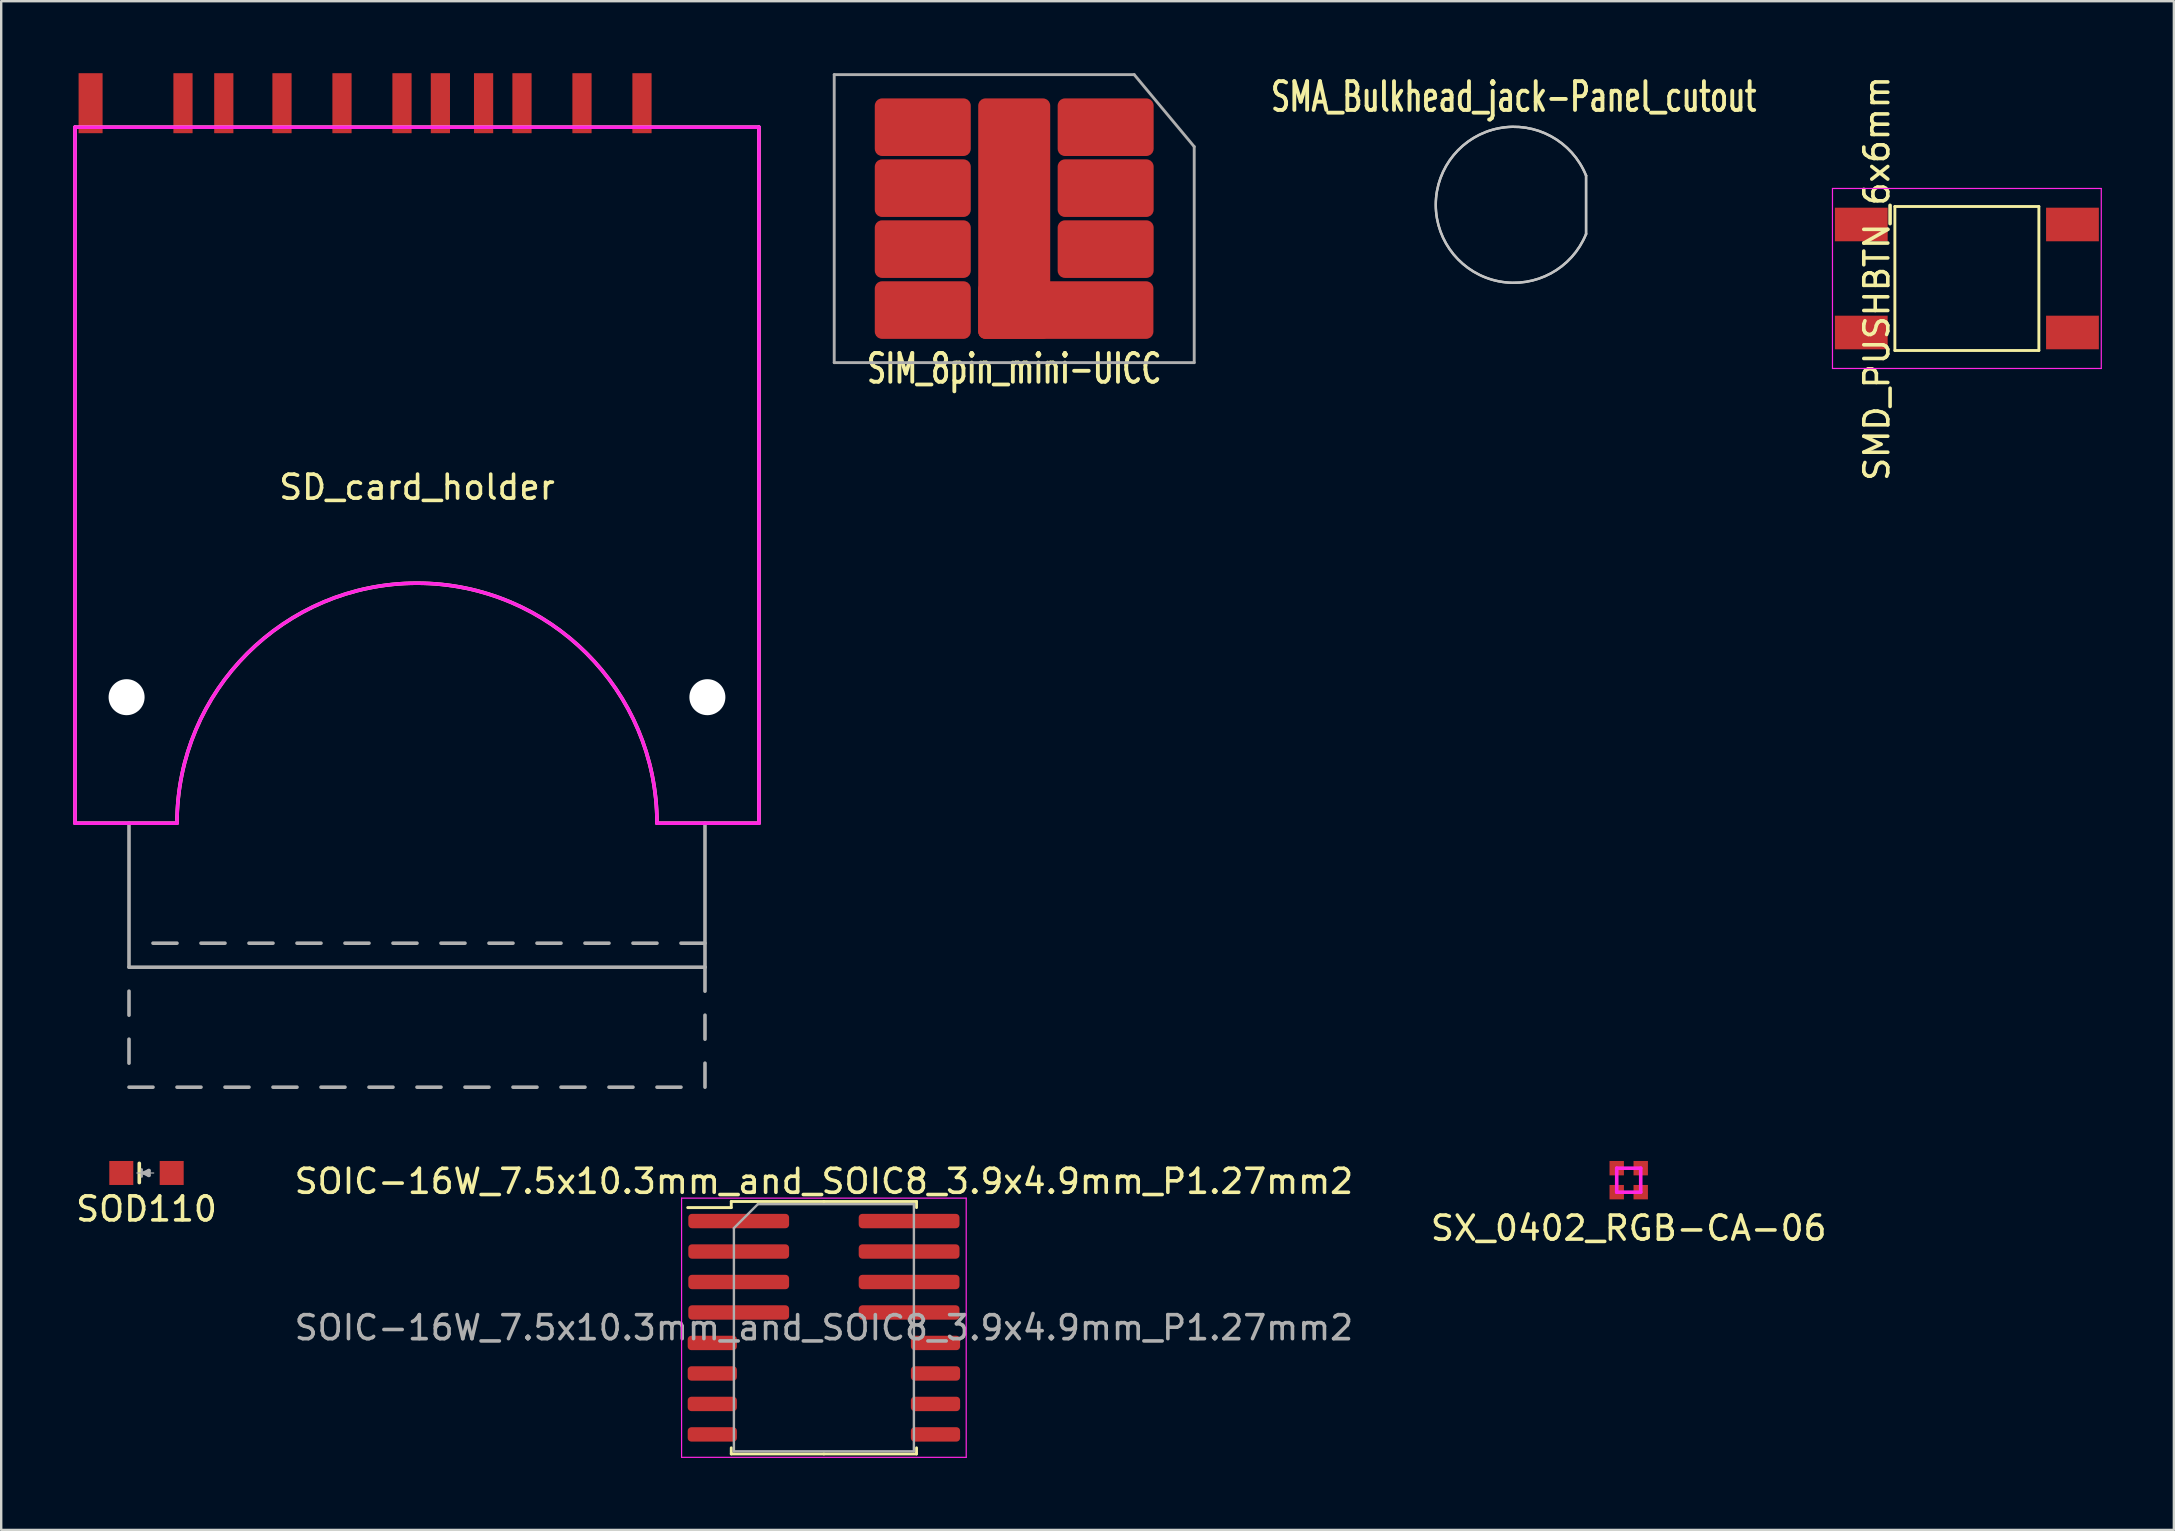
<source format=kicad_pcb>
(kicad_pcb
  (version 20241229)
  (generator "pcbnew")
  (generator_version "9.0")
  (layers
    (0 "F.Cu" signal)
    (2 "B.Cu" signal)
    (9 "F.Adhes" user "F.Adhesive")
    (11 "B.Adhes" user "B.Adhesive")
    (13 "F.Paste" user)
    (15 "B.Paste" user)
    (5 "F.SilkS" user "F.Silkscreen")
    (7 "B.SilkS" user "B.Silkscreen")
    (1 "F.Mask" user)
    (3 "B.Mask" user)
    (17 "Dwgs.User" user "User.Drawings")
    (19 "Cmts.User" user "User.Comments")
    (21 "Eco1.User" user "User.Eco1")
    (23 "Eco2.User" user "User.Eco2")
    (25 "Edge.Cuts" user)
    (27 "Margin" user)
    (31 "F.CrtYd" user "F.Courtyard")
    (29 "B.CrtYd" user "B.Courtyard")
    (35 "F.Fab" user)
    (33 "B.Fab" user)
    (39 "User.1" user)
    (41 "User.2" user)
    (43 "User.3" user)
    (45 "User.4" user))
  (footprint "SOIC-16W_7.5x10.3mm_and_SOIC8_3.9x4.9mm_P1.27mm2"
    (layer "F.Cu")
    (at 31.28 52.273)
    (property "Reference" "SOIC-16W_7.5x10.3mm_and_SOIC8_3.9x4.9mm_P1.27mm2" (at 0 -6.1 0) (layer "F.SilkS") (effects (font (size 1 1) (thickness 0.15))))
    (attr smd)
    (fp_line (start -3.86 -5.26) (end -3.86 -5.005) (stroke (width 0.12) (type solid)) (layer "F.SilkS"))
    (fp_line (start -3.86 -5.005) (end -5.675 -5.005) (stroke (width 0.12) (type solid)) (layer "F.SilkS"))
    (fp_line (start -3.86 5.26) (end -3.86 5.005) (stroke (width 0.12) (type solid)) (layer "F.SilkS"))
    (fp_line (start 0 -5.26) (end -3.86 -5.26) (stroke (width 0.12) (type solid)) (layer "F.SilkS"))
    (fp_line (start 0 -5.26) (end 3.86 -5.26) (stroke (width 0.12) (type solid)) (layer "F.SilkS"))
    (fp_line (start 0 5.26) (end -3.86 5.26) (stroke (width 0.12) (type solid)) (layer "F.SilkS"))
    (fp_line (start 0 5.26) (end 3.86 5.26) (stroke (width 0.12) (type solid)) (layer "F.SilkS"))
    (fp_line (start 3.86 -5.26) (end 3.86 -5.005) (stroke (width 0.12) (type solid)) (layer "F.SilkS"))
    (fp_line (start 3.86 5.26) (end 3.86 5.005) (stroke (width 0.12) (type solid)) (layer "F.SilkS"))
    (fp_line (start -5.93 -5.4) (end -5.93 5.4) (stroke (width 0.05) (type solid)) (layer "F.CrtYd"))
    (fp_line (start -5.93 5.4) (end 5.93 5.4) (stroke (width 0.05) (type solid)) (layer "F.CrtYd"))
    (fp_line (start 5.93 -5.4) (end -5.93 -5.4) (stroke (width 0.05) (type solid)) (layer "F.CrtYd"))
    (fp_line (start 5.93 5.4) (end 5.93 -5.4) (stroke (width 0.05) (type solid)) (layer "F.CrtYd"))
    (fp_line (start -3.75 -4.15) (end -2.75 -5.15) (stroke (width 0.1) (type solid)) (layer "F.Fab"))
    (fp_line (start -3.75 5.15) (end -3.75 -4.15) (stroke (width 0.1) (type solid)) (layer "F.Fab"))
    (fp_line (start -2.75 -5.15) (end 3.75 -5.15) (stroke (width 0.1) (type solid)) (layer "F.Fab"))
    (fp_line (start 3.75 -5.15) (end 3.75 5.15) (stroke (width 0.1) (type solid)) (layer "F.Fab"))
    (fp_line (start 3.75 5.15) (end -3.75 5.15) (stroke (width 0.1) (type solid)) (layer "F.Fab"))
    (fp_text user "${REFERENCE}" (at 0 0 0) (layer "F.Fab") (effects (font (size 1 1) (thickness 0.15))))
    (pad "1" smd roundrect (at -3.55 -4.445) (size 4.2 0.6) (layers "F.Cu" "F.Mask" "F.Paste") (roundrect_rratio 0.25))
    (pad "2" smd roundrect (at -3.55 -3.175) (size 4.2 0.6) (layers "F.Cu" "F.Mask" "F.Paste") (roundrect_rratio 0.25))
    (pad "3" smd roundrect (at -3.55 -1.905) (size 4.2 0.6) (layers "F.Cu" "F.Mask" "F.Paste") (roundrect_rratio 0.25))
    (pad "4" smd roundrect (at -3.55 -0.635) (size 4.2 0.6) (layers "F.Cu" "F.Mask" "F.Paste") (roundrect_rratio 0.25))
    (pad "5" smd roundrect (at -4.65 0.635) (size 2.05 0.6) (layers "F.Cu" "F.Mask" "F.Paste") (roundrect_rratio 0.25))
    (pad "6" smd roundrect (at -4.65 1.905) (size 2.05 0.6) (layers "F.Cu" "F.Mask" "F.Paste") (roundrect_rratio 0.25))
    (pad "7" smd roundrect (at -4.65 3.175) (size 2.05 0.6) (layers "F.Cu" "F.Mask" "F.Paste") (roundrect_rratio 0.25))
    (pad "8" smd roundrect (at -4.65 4.445) (size 2.05 0.6) (layers "F.Cu" "F.Mask" "F.Paste") (roundrect_rratio 0.25))
    (pad "9" smd roundrect (at 4.65 4.445) (size 2.05 0.6) (layers "F.Cu" "F.Mask" "F.Paste") (roundrect_rratio 0.25))
    (pad "10" smd roundrect (at 4.65 3.175) (size 2.05 0.6) (layers "F.Cu" "F.Mask" "F.Paste") (roundrect_rratio 0.25))
    (pad "11" smd roundrect (at 4.65 1.905) (size 2.05 0.6) (layers "F.Cu" "F.Mask" "F.Paste") (roundrect_rratio 0.25))
    (pad "12" smd roundrect (at 4.65 0.635) (size 2.05 0.6) (layers "F.Cu" "F.Mask" "F.Paste") (roundrect_rratio 0.25))
    (pad "13" smd roundrect (at 3.55 -0.635) (size 4.2 0.6) (layers "F.Cu" "F.Mask" "F.Paste") (roundrect_rratio 0.25))
    (pad "14" smd roundrect (at 3.55 -1.905) (size 4.2 0.6) (layers "F.Cu" "F.Mask" "F.Paste") (roundrect_rratio 0.25))
    (pad "15" smd roundrect (at 3.55 -3.175) (size 4.2 0.6) (layers "F.Cu" "F.Mask" "F.Paste") (roundrect_rratio 0.25))
    (pad "16" smd roundrect (at 3.55 -4.445) (size 4.2 0.6) (layers "F.Cu" "F.Mask" "F.Paste") (roundrect_rratio 0.25)))
  (footprint "SMD_PUSHBTN_6x6mm"
    (layer "F.Cu")
    (at 78.905 8.554)
    (property "Reference" "SMD_PUSHBTN_6x6mm" (at -3.75 0 90) (layer "F.SilkS") (effects (font (size 1 1) (thickness 0.15))))
    (attr smd)
    (fp_line (start -3 -3) (end 3 -3) (stroke (width 0.12) (type solid)) (layer "F.SilkS"))
    (fp_line (start -3 3) (end -3 -3) (stroke (width 0.12) (type solid)) (layer "F.SilkS"))
    (fp_line (start 3 -3) (end 3 3) (stroke (width 0.12) (type solid)) (layer "F.SilkS"))
    (fp_line (start 3 3) (end -3 3) (stroke (width 0.12) (type solid)) (layer "F.SilkS"))
    (fp_line (start -5.6 -3.75) (end 5.6 -3.75) (stroke (width 0.05) (type solid)) (layer "F.CrtYd"))
    (fp_line (start -5.6 3.75) (end -5.6 -3.75) (stroke (width 0.05) (type solid)) (layer "F.CrtYd"))
    (fp_line (start 5.6 -3.75) (end 5.6 3.75) (stroke (width 0.05) (type solid)) (layer "F.CrtYd"))
    (fp_line (start 5.6 3.75) (end -5.6 3.75) (stroke (width 0.05) (type solid)) (layer "F.CrtYd"))
    (pad "1" smd rect (at -4.4 2.25) (size 2.2 1.4) (layers "F.Cu" "F.Mask" "F.Paste"))
    (pad "2" smd rect (at 4.4 2.25) (size 2.2 1.4) (layers "F.Cu" "F.Mask" "F.Paste"))
    (pad "3" smd rect (at -4.4 -2.25) (size 2.2 1.4) (layers "F.Cu" "F.Mask" "F.Paste"))
    (pad "4" smd rect (at 4.4 -2.25) (size 2.2 1.4) (layers "F.Cu" "F.Mask" "F.Paste")))
  (footprint "SOD110"
    (layer "F.Cu")
    (at 3.054 45.825)
    (property "Reference" "SOD110" (at 0 1.5 0) (layer "F.SilkS") (effects (font (size 1 1) (thickness 0.15))))
    (attr through_hole)
    (fp_line (start -0.3 -0.4) (end -0.3 0.4) (stroke (width 0.15) (type solid)) (layer "F.SilkS"))
    (fp_line (start -0.2 -0.15) (end -0.2 0.15) (stroke (width 0.1) (type solid)) (layer "F.Fab"))
    (fp_line (start -0.1 0) (end 0.1 -0.1) (stroke (width 0.15) (type solid)) (layer "F.Fab"))
    (fp_line (start 0.1 -0.1) (end 0.1 0.1) (stroke (width 0.15) (type solid)) (layer "F.Fab"))
    (fp_line (start 0.1 0.1) (end -0.1 0) (stroke (width 0.15) (type solid)) (layer "F.Fab"))
    (fp_line (start 0.3 0) (end -0.4 0) (stroke (width 0.05) (type solid)) (layer "F.Fab"))
    (pad "1" smd rect (at -1.05 0) (size 1 1) (layers "F.Cu" "F.Mask" "F.Paste"))
    (pad "2" smd rect (at 1.05 0) (size 1 1) (layers "F.Cu" "F.Mask" "F.Paste")))
  (footprint "SIM_8pin_mini-UICC"
    (layer "F.Cu")
    (at 39.21 6.06)
    (property "Reference" "SIM_8pin_mini-UICC" (at 0 6.25 0) (layer "F.SilkS") (effects (font (size 1.2 0.8) (thickness 0.16))))
    (attr smd)
    (fp_line (start -7.5 -6) (end 5 -6) (stroke (width 0.12) (type solid)) (layer "F.Fab"))
    (fp_line (start -7.5 6) (end -7.5 -6) (stroke (width 0.12) (type solid)) (layer "F.Fab"))
    (fp_line (start 5 -6) (end 7.5 -3) (stroke (width 0.12) (type solid)) (layer "F.Fab"))
    (fp_line (start 7.5 -3) (end 7.5 6) (stroke (width 0.12) (type solid)) (layer "F.Fab"))
    (fp_line (start 7.5 6) (end -7.5 6) (stroke (width 0.12) (type solid)) (layer "F.Fab"))
    (pad "1" smd roundrect (at -3.81 3.81) (size 4 2.4) (layers "F.Cu" "F.Mask") (roundrect_rratio 0.125))
    (pad "2" smd roundrect (at -3.81 1.27) (size 4 2.4) (layers "F.Cu" "F.Mask") (roundrect_rratio 0.125))
    (pad "3" smd roundrect (at -3.81 -1.27) (size 4 2.4) (layers "F.Cu" "F.Mask") (roundrect_rratio 0.125))
    (pad "4" smd roundrect (at -3.81 -3.81) (size 4 2.4) (layers "F.Cu" "F.Mask") (roundrect_rratio 0.125))
    (pad "5" smd roundrect (at 0 0) (size 3 10.02) (layers "F.Cu" "F.Mask") (roundrect_rratio 0.1))
    (pad "5" smd roundrect (at 3.65 3.81) (size 7.3 2.4) (drill (offset -1.5 0)) (layers "F.Cu" "F.Mask") (roundrect_rratio 0.125))
    (pad "6" smd roundrect (at 3.81 1.27) (size 4 2.4) (layers "F.Cu" "F.Mask") (roundrect_rratio 0.125))
    (pad "7" smd roundrect (at 3.81 -1.27) (size 4 2.4) (layers "F.Cu" "F.Mask") (roundrect_rratio 0.125))
    (pad "8" smd roundrect (at 3.81 -3.81) (size 4 2.4) (layers "F.Cu" "F.Mask") (roundrect_rratio 0.125)))
  (footprint "SD_card_holder"
    (layer "F.Cu")
    (at 14.325 17.25)
    (property "Reference" "SD_card_holder" (at 0 0 0) (layer "F.SilkS") (effects (font (size 1 1) (thickness 0.15))))
    (attr through_hole)
    (fp_line (start -14.25 -15) (end 14.25 -15) (stroke (width 0.15) (type solid)) (layer "F.SilkS"))
    (fp_line (start -14.25 14) (end -14.25 -15) (stroke (width 0.15) (type solid)) (layer "F.SilkS"))
    (fp_line (start -10 14) (end -14.25 14) (stroke (width 0.15) (type solid)) (layer "F.SilkS"))
    (fp_line (start 10 14) (end 14.25 14) (stroke (width 0.15) (type solid)) (layer "F.SilkS"))
    (fp_line (start 14.25 -15) (end 14.25 14) (stroke (width 0.15) (type solid)) (layer "F.SilkS"))
    (fp_arc (start -10 14) (mid 0 4) (end 10 14) (stroke (width 0.15) (type solid)) (layer "F.SilkS"))
    (fp_line (start -14.25 -15) (end 14.25 -15) (stroke (width 0.15) (type solid)) (layer "F.CrtYd"))
    (fp_line (start -14.25 14) (end -14.25 -15) (stroke (width 0.15) (type solid)) (layer "F.CrtYd"))
    (fp_line (start -10 14) (end -14.25 14) (stroke (width 0.15) (type solid)) (layer "F.CrtYd"))
    (fp_line (start 10 14) (end 14.25 14) (stroke (width 0.15) (type solid)) (layer "F.CrtYd"))
    (fp_line (start 14.25 -15) (end 14.25 14) (stroke (width 0.15) (type solid)) (layer "F.CrtYd"))
    (fp_arc (start -10 14) (mid 0 4) (end 10 14) (stroke (width 0.15) (type solid)) (layer "F.CrtYd"))
    (fp_line (start -12 14) (end -12 20) (stroke (width 0.15) (type solid)) (layer "F.Fab"))
    (fp_line (start -12 20) (end 12 20) (stroke (width 0.15) (type solid)) (layer "F.Fab"))
    (fp_line (start -12 22) (end -12 21) (stroke (width 0.15) (type solid)) (layer "F.Fab"))
    (fp_line (start -12 24) (end -12 23) (stroke (width 0.15) (type solid)) (layer "F.Fab"))
    (fp_line (start -11 19) (end -10 19) (stroke (width 0.15) (type solid)) (layer "F.Fab"))
    (fp_line (start -11 25) (end -12 25) (stroke (width 0.15) (type solid)) (layer "F.Fab"))
    (fp_line (start -9 19) (end -8 19) (stroke (width 0.15) (type solid)) (layer "F.Fab"))
    (fp_line (start -9 25) (end -10 25) (stroke (width 0.15) (type solid)) (layer "F.Fab"))
    (fp_line (start -7 19) (end -6 19) (stroke (width 0.15) (type solid)) (layer "F.Fab"))
    (fp_line (start -7 25) (end -8 25) (stroke (width 0.15) (type solid)) (layer "F.Fab"))
    (fp_line (start -5 19) (end -4 19) (stroke (width 0.15) (type solid)) (layer "F.Fab"))
    (fp_line (start -5 25) (end -6 25) (stroke (width 0.15) (type solid)) (layer "F.Fab"))
    (fp_line (start -3 19) (end -2 19) (stroke (width 0.15) (type solid)) (layer "F.Fab"))
    (fp_line (start -3 25) (end -4 25) (stroke (width 0.15) (type solid)) (layer "F.Fab"))
    (fp_line (start -1 19) (end 0 19) (stroke (width 0.15) (type solid)) (layer "F.Fab"))
    (fp_line (start -1 25) (end -2 25) (stroke (width 0.15) (type solid)) (layer "F.Fab"))
    (fp_line (start 1 19) (end 2 19) (stroke (width 0.15) (type solid)) (layer "F.Fab"))
    (fp_line (start 1 25) (end 0 25) (stroke (width 0.15) (type solid)) (layer "F.Fab"))
    (fp_line (start 3 19) (end 4 19) (stroke (width 0.15) (type solid)) (layer "F.Fab"))
    (fp_line (start 3 25) (end 2 25) (stroke (width 0.15) (type solid)) (layer "F.Fab"))
    (fp_line (start 5 19) (end 6 19) (stroke (width 0.15) (type solid)) (layer "F.Fab"))
    (fp_line (start 5 25) (end 4 25) (stroke (width 0.15) (type solid)) (layer "F.Fab"))
    (fp_line (start 7 19) (end 8 19) (stroke (width 0.15) (type solid)) (layer "F.Fab"))
    (fp_line (start 7 25) (end 6 25) (stroke (width 0.15) (type solid)) (layer "F.Fab"))
    (fp_line (start 9 19) (end 10 19) (stroke (width 0.15) (type solid)) (layer "F.Fab"))
    (fp_line (start 9 25) (end 8 25) (stroke (width 0.15) (type solid)) (layer "F.Fab"))
    (fp_line (start 11 19) (end 12 19) (stroke (width 0.15) (type solid)) (layer "F.Fab"))
    (fp_line (start 11 25) (end 10 25) (stroke (width 0.15) (type solid)) (layer "F.Fab"))
    (fp_line (start 12 20) (end 12 14) (stroke (width 0.15) (type solid)) (layer "F.Fab"))
    (fp_line (start 12 20) (end 12 21) (stroke (width 0.15) (type solid)) (layer "F.Fab"))
    (fp_line (start 12 22) (end 12 23) (stroke (width 0.15) (type solid)) (layer "F.Fab"))
    (fp_line (start 12 24) (end 12 25) (stroke (width 0.15) (type solid)) (layer "F.Fab"))
    (pad "" np_thru_hole circle (at -12.1 8.75) (size 1.5 1.5) (drill 1.5) (layers "*.Cu" "*.Mask"))
    (pad "" np_thru_hole circle (at 12.1 8.75) (size 1.5 1.5) (drill 1.5) (layers "*.Cu" "*.Mask"))
    (pad "1" smd rect (at 6.875 -16) (size 0.8 2.5) (layers "F.Cu" "F.Mask" "F.Paste"))
    (pad "2" smd rect (at 4.375 -16) (size 0.8 2.5) (layers "F.Cu" "F.Mask" "F.Paste"))
    (pad "3" smd rect (at 2.775 -16) (size 0.8 2.5) (layers "F.Cu" "F.Mask" "F.Paste"))
    (pad "4" smd rect (at -0.625 -16) (size 0.8 2.5) (layers "F.Cu" "F.Mask" "F.Paste"))
    (pad "5" smd rect (at -3.125 -16) (size 0.8 2.5) (layers "F.Cu" "F.Mask" "F.Paste"))
    (pad "6" smd rect (at -5.625 -16) (size 0.8 2.5) (layers "F.Cu" "F.Mask" "F.Paste"))
    (pad "7" smd rect (at -8.05 -16) (size 0.8 2.5) (layers "F.Cu" "F.Mask" "F.Paste"))
    (pad "8" smd rect (at -9.75 -16) (size 0.8 2.5) (layers "F.Cu" "F.Mask" "F.Paste"))
    (pad "9" smd rect (at 9.375 -16) (size 0.8 2.5) (layers "F.Cu" "F.Mask" "F.Paste"))
    (pad "10" smd rect (at 0.975 -16) (size 0.8 2.5) (layers "F.Cu" "F.Mask" "F.Paste"))
    (pad "11" smd rect (at -13.6 -16) (size 1 2.5) (layers "F.Cu" "F.Mask" "F.Paste")))
  (footprint "SX_0402_RGB-CA-06"
    (layer "F.Cu")
    (at 64.815 46.125)
    (property "Reference" "SX_0402_RGB-CA-06" (at 0 2 0) (layer "F.SilkS") (effects (font (size 1 1) (thickness 0.15))))
    (attr through_hole)
    (fp_line (start -0.5 -0.5) (end 0.5 -0.5) (stroke (width 0.15) (type solid)) (layer "F.CrtYd"))
    (fp_line (start -0.5 0.5) (end -0.5 -0.5) (stroke (width 0.15) (type solid)) (layer "F.CrtYd"))
    (fp_line (start 0.5 -0.5) (end 0.5 0.5) (stroke (width 0.15) (type solid)) (layer "F.CrtYd"))
    (fp_line (start 0.5 0.5) (end -0.5 0.5) (stroke (width 0.15) (type solid)) (layer "F.CrtYd"))
    (pad "1" smd rect (at 0.5 -0.5) (size 0.6 0.6) (layers "F.Cu" "F.Mask" "F.Paste"))
    (pad "2" smd rect (at 0.5 0.5) (size 0.6 0.6) (layers "F.Cu" "F.Mask" "F.Paste"))
    (pad "3" smd rect (at -0.5 0.5) (size 0.6 0.6) (layers "F.Cu" "F.Mask" "F.Paste"))
    (pad "4" smd rect (at -0.5 -0.5) (size 0.6 0.6) (layers "F.Cu" "F.Mask" "F.Paste")))
  (footprint "SMA_Bulkhead_jack-Panel_cutout"
    (layer "F.Cu")
    (at 60.025 5.483)
    (property "Reference" "SMA_Bulkhead_jack-Panel_cutout" (at 0 -4.5 0) (layer "F.SilkS") (effects (font (size 1.2 0.8) (thickness 0.16))))
    (attr through_hole)
    (fp_line (start 3.013 1.218) (end 3.013 -1.218) (stroke (width 0.1) (type solid)) (layer "Dwgs.User"))
    (fp_arc (start 3.013 1.2175) (mid -3.249688 -0.000157) (end 3.013117 -1.217209) (stroke (width 0.1) (type solid)) (layer "Dwgs.User"))
    (fp_line (start 3.013 1.218) (end 3.013 -1.217) (stroke (width 0.1) (type solid)) (layer "Edge.Cuts"))
    (fp_arc (start 3.013 1.2175) (mid -3.249688 -0.000157) (end 3.013117 -1.217209) (stroke (width 0.1) (type solid)) (layer "Edge.Cuts")))
  (gr_rect
    (start -3 -3)
    (end 87.53 60.698)
    (stroke (width 0.1) (type default))
    (fill no)
    (layer "Edge.Cuts")))
</source>
